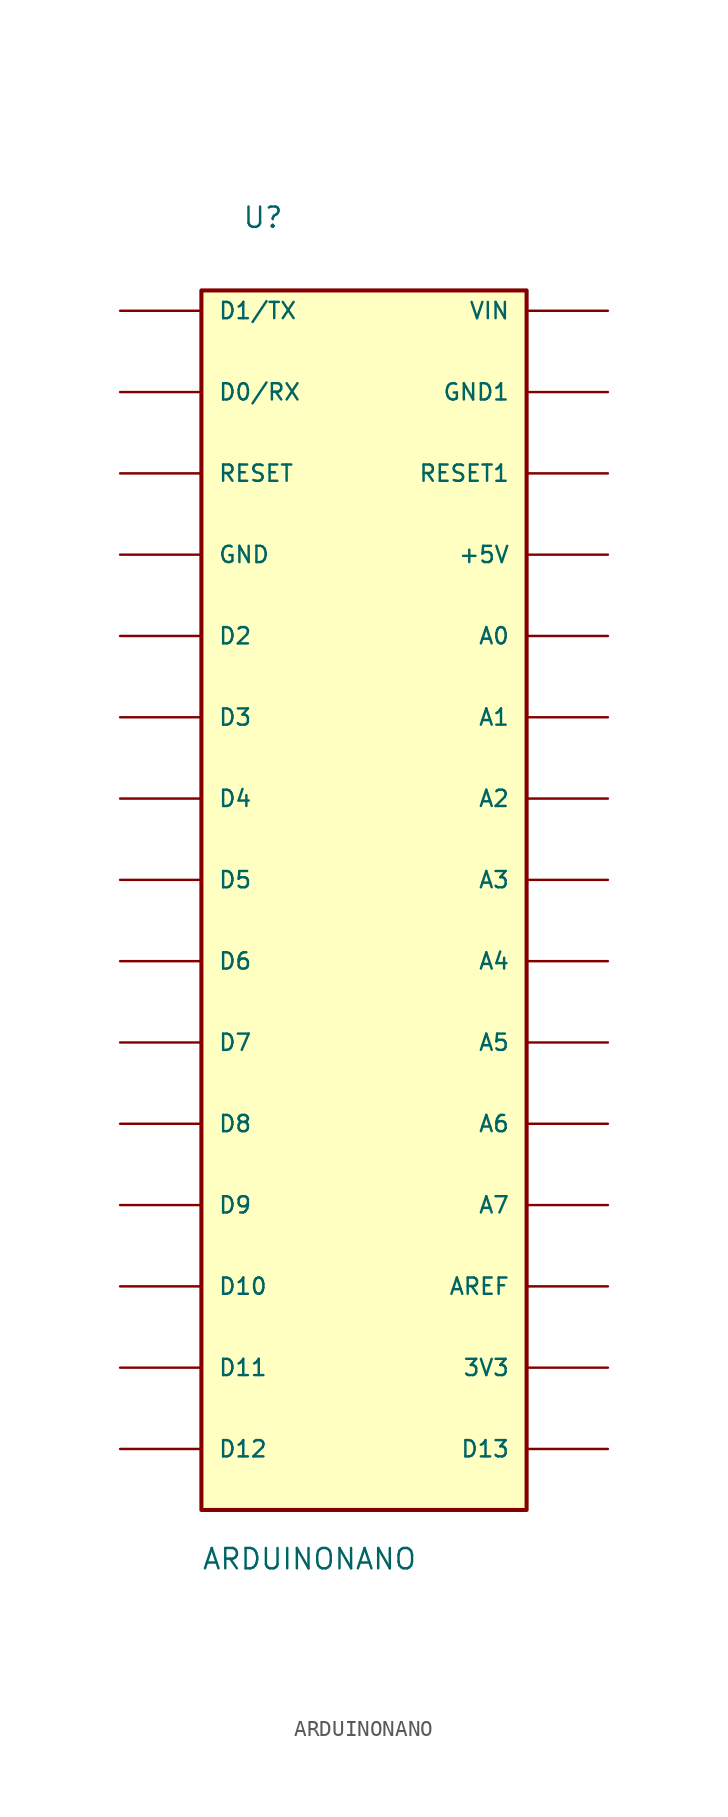
<source format=kicad_sym>
(kicad_symbol_lib
  (version 20211014)
  (generator kicad_symbol_editor)
  (symbol "ARDUINONANO"
    (pin_numbers hide)
    (pin_names
      (offset 1.016))
    (property "Reference" "U"
      (at 2.54 2.54 0)
      (effects (font (size 1.27 1.27)) (justify left bottom)))
    (property "Value" "ARDUINONANO"
      (at 0 -81.28 0)
      (effects (font (size 1.27 1.27)) (justify left bottom)))
    (property "ki_locked" ""
      (at 0 0 0)
      (effects (font (size 1.27 1.27))))
    (symbol "ARDUINONANO_0_0"
      (rectangle (start 0 -77.47) (end 20.32 -1.27) (stroke (width 0.254) (type default) (color 0 0 0 0)) (fill (type background)))
      (pin bidirectional line (at 25.4 -17.78 180) (length 5.08) (name "+5V" (effects (font (size 1.016 1.016)))) (number "+5V" (effects (font (size 1.016 1.016)))))
      (pin bidirectional line (at 25.4 -68.58 180) (length 5.08) (name "3V3" (effects (font (size 1.016 1.016)))) (number "3V3" (effects (font (size 1.016 1.016)))))
      (pin bidirectional line (at 25.4 -22.86 180) (length 5.08) (name "A0" (effects (font (size 1.016 1.016)))) (number "A0" (effects (font (size 1.016 1.016)))))
      (pin bidirectional line (at 25.4 -27.94 180) (length 5.08) (name "A1" (effects (font (size 1.016 1.016)))) (number "A1" (effects (font (size 1.016 1.016)))))
      (pin bidirectional line (at 25.4 -33.02 180) (length 5.08) (name "A2" (effects (font (size 1.016 1.016)))) (number "A2" (effects (font (size 1.016 1.016)))))
      (pin bidirectional line (at 25.4 -38.1 180) (length 5.08) (name "A3" (effects (font (size 1.016 1.016)))) (number "A3" (effects (font (size 1.016 1.016)))))
      (pin bidirectional line (at 25.4 -43.18 180) (length 5.08) (name "A4" (effects (font (size 1.016 1.016)))) (number "A4" (effects (font (size 1.016 1.016)))))
      (pin bidirectional line (at 25.4 -48.26 180) (length 5.08) (name "A5" (effects (font (size 1.016 1.016)))) (number "A5" (effects (font (size 1.016 1.016)))))
      (pin bidirectional line (at 25.4 -53.34 180) (length 5.08) (name "A6" (effects (font (size 1.016 1.016)))) (number "A6" (effects (font (size 1.016 1.016)))))
      (pin bidirectional line (at 25.4 -58.42 180) (length 5.08) (name "A7" (effects (font (size 1.016 1.016)))) (number "A7" (effects (font (size 1.016 1.016)))))
      (pin bidirectional line (at 25.4 -63.5 180) (length 5.08) (name "AREF" (effects (font (size 1.016 1.016)))) (number "AREF" (effects (font (size 1.016 1.016)))))
      (pin bidirectional line (at -5.08 -7.62 0) (length 5.08) (name "D0/RX" (effects (font (size 1.016 1.016)))) (number "D0/RX" (effects (font (size 1.016 1.016)))))
      (pin bidirectional line (at -5.08 -2.54 0) (length 5.08) (name "D1/TX" (effects (font (size 1.016 1.016)))) (number "D1/TX" (effects (font (size 1.016 1.016)))))
      (pin bidirectional line (at -5.08 -63.5 0) (length 5.08) (name "D10" (effects (font (size 1.016 1.016)))) (number "D10" (effects (font (size 1.016 1.016)))))
      (pin bidirectional line (at -5.08 -68.58 0) (length 5.08) (name "D11" (effects (font (size 1.016 1.016)))) (number "D11" (effects (font (size 1.016 1.016)))))
      (pin bidirectional line (at -5.08 -73.66 0) (length 5.08) (name "D12" (effects (font (size 1.016 1.016)))) (number "D12" (effects (font (size 1.016 1.016)))))
      (pin bidirectional line (at 25.4 -73.66 180) (length 5.08) (name "D13" (effects (font (size 1.016 1.016)))) (number "D13" (effects (font (size 1.016 1.016)))))
      (pin bidirectional line (at -5.08 -22.86 0) (length 5.08) (name "D2" (effects (font (size 1.016 1.016)))) (number "D2" (effects (font (size 1.016 1.016)))))
      (pin bidirectional line (at -5.08 -27.94 0) (length 5.08) (name "D3" (effects (font (size 1.016 1.016)))) (number "D3" (effects (font (size 1.016 1.016)))))
      (pin bidirectional line (at -5.08 -33.02 0) (length 5.08) (name "D4" (effects (font (size 1.016 1.016)))) (number "D4" (effects (font (size 1.016 1.016)))))
      (pin bidirectional line (at -5.08 -38.1 0) (length 5.08) (name "D5" (effects (font (size 1.016 1.016)))) (number "D5" (effects (font (size 1.016 1.016)))))
      (pin bidirectional line (at -5.08 -43.18 0) (length 5.08) (name "D6" (effects (font (size 1.016 1.016)))) (number "D6" (effects (font (size 1.016 1.016)))))
      (pin bidirectional line (at -5.08 -48.26 0) (length 5.08) (name "D7" (effects (font (size 1.016 1.016)))) (number "D7" (effects (font (size 1.016 1.016)))))
      (pin bidirectional line (at -5.08 -53.34 0) (length 5.08) (name "D8" (effects (font (size 1.016 1.016)))) (number "D8" (effects (font (size 1.016 1.016)))))
      (pin bidirectional line (at -5.08 -58.42 0) (length 5.08) (name "D9" (effects (font (size 1.016 1.016)))) (number "D9" (effects (font (size 1.016 1.016)))))
      (pin bidirectional line (at -5.08 -17.78 0) (length 5.08) (name "GND" (effects (font (size 1.016 1.016)))) (number "GND" (effects (font (size 1.016 1.016)))))
      (pin bidirectional line (at 25.4 -7.62 180) (length 5.08) (name "GND1" (effects (font (size 1.016 1.016)))) (number "GND1" (effects (font (size 1.016 1.016)))))
      (pin bidirectional line (at -5.08 -12.7 0) (length 5.08) (name "RESET" (effects (font (size 1.016 1.016)))) (number "RESET" (effects (font (size 1.016 1.016)))))
      (pin bidirectional line (at 25.4 -12.7 180) (length 5.08) (name "RESET1" (effects (font (size 1.016 1.016)))) (number "RESET1" (effects (font (size 1.016 1.016)))))
      (pin bidirectional line (at 25.4 -2.54 180) (length 5.08) (name "VIN" (effects (font (size 1.016 1.016)))) (number "VIN" (effects (font (size 1.016 1.016))))))))
</source>
